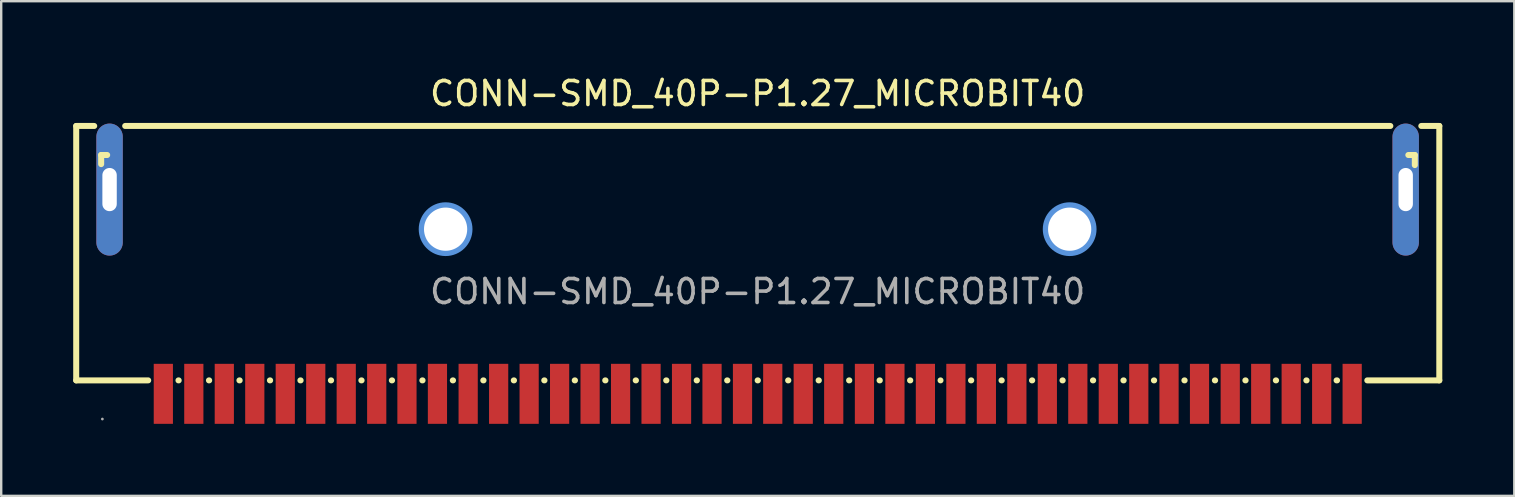
<source format=kicad_pcb>
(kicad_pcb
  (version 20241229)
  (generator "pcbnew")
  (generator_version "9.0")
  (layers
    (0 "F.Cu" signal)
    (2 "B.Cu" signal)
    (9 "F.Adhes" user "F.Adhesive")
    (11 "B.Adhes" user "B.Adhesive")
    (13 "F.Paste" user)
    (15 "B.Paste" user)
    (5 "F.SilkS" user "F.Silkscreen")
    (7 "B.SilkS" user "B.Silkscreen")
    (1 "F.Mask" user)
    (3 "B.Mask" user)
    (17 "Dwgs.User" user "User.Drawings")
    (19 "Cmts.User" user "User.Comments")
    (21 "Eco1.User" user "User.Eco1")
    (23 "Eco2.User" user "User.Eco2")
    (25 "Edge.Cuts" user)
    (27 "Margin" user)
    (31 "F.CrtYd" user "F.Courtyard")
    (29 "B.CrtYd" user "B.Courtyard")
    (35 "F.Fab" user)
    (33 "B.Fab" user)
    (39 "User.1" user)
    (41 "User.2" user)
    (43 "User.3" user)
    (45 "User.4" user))
  (footprint "CONN-SMD_40P-P1.27_MICROBIT40"
    (layer "F.Cu")
    (at 28.515 9.098)
    (property "Reference" "CONN-SMD_40P-P1.27_MICROBIT40" (at 0 -8.25 0) (layer "F.SilkS") (effects (font (size 1 1) (thickness 0.15))))
    (attr through_hole)
    (fp_line (start -28.39 -6.9) (end -27.64 -6.9) (stroke (width 0.25) (type solid)) (layer "F.SilkS"))
    (fp_line (start -28.39 3.7) (end -28.39 -6.9) (stroke (width 0.25) (type solid)) (layer "F.SilkS"))
    (fp_line (start -27.35 -5.69) (end -27.35 -5.31) (stroke (width 0.25) (type solid)) (layer "F.SilkS"))
    (fp_line (start -27.3 -5.69) (end -27.35 -5.69) (stroke (width 0.25) (type solid)) (layer "F.SilkS"))
    (fp_line (start -27.3 -5.69) (end -27.1 -5.69) (stroke (width 0.25) (type solid)) (layer "F.SilkS"))
    (fp_line (start -26.35 -6.9) (end 26.36 -6.9) (stroke (width 0.25) (type solid)) (layer "F.SilkS"))
    (fp_line (start -25.39 3.7) (end -28.39 3.7) (stroke (width 0.25) (type solid)) (layer "F.SilkS"))
    (fp_line (start -24.12 3.7) (end -24.13 3.7) (stroke (width 0.25) (type solid)) (layer "F.SilkS"))
    (fp_line (start -22.85 3.7) (end -22.86 3.7) (stroke (width 0.25) (type solid)) (layer "F.SilkS"))
    (fp_line (start -21.58 3.7) (end -21.59 3.7) (stroke (width 0.25) (type solid)) (layer "F.SilkS"))
    (fp_line (start -20.31 3.7) (end -20.32 3.7) (stroke (width 0.25) (type solid)) (layer "F.SilkS"))
    (fp_line (start -19.04 3.7) (end -19.05 3.7) (stroke (width 0.25) (type solid)) (layer "F.SilkS"))
    (fp_line (start -17.77 3.7) (end -17.78 3.7) (stroke (width 0.25) (type solid)) (layer "F.SilkS"))
    (fp_line (start -16.5 3.7) (end -16.51 3.7) (stroke (width 0.25) (type solid)) (layer "F.SilkS"))
    (fp_line (start -15.23 3.7) (end -15.24 3.7) (stroke (width 0.25) (type solid)) (layer "F.SilkS"))
    (fp_line (start -13.96 3.7) (end -13.97 3.7) (stroke (width 0.25) (type solid)) (layer "F.SilkS"))
    (fp_line (start -12.69 3.7) (end -12.7 3.7) (stroke (width 0.25) (type solid)) (layer "F.SilkS"))
    (fp_line (start -11.42 3.7) (end -11.43 3.7) (stroke (width 0.25) (type solid)) (layer "F.SilkS"))
    (fp_line (start -10.15 3.7) (end -10.16 3.7) (stroke (width 0.25) (type solid)) (layer "F.SilkS"))
    (fp_line (start -8.88 3.7) (end -8.89 3.7) (stroke (width 0.25) (type solid)) (layer "F.SilkS"))
    (fp_line (start -7.61 3.7) (end -7.62 3.7) (stroke (width 0.25) (type solid)) (layer "F.SilkS"))
    (fp_line (start -6.34 3.7) (end -6.35 3.7) (stroke (width 0.25) (type solid)) (layer "F.SilkS"))
    (fp_line (start -5.07 3.7) (end -5.08 3.7) (stroke (width 0.25) (type solid)) (layer "F.SilkS"))
    (fp_line (start -3.8 3.7) (end -3.81 3.7) (stroke (width 0.25) (type solid)) (layer "F.SilkS"))
    (fp_line (start -2.53 3.7) (end -2.54 3.7) (stroke (width 0.25) (type solid)) (layer "F.SilkS"))
    (fp_line (start -1.26 3.7) (end -1.27 3.7) (stroke (width 0.25) (type solid)) (layer "F.SilkS"))
    (fp_line (start 0.01 3.7) (end 0 3.7) (stroke (width 0.25) (type solid)) (layer "F.SilkS"))
    (fp_line (start 1.28 3.7) (end 1.27 3.7) (stroke (width 0.25) (type solid)) (layer "F.SilkS"))
    (fp_line (start 2.55 3.7) (end 2.54 3.7) (stroke (width 0.25) (type solid)) (layer "F.SilkS"))
    (fp_line (start 3.82 3.7) (end 3.81 3.7) (stroke (width 0.25) (type solid)) (layer "F.SilkS"))
    (fp_line (start 5.09 3.7) (end 5.08 3.7) (stroke (width 0.25) (type solid)) (layer "F.SilkS"))
    (fp_line (start 6.36 3.7) (end 6.35 3.7) (stroke (width 0.25) (type solid)) (layer "F.SilkS"))
    (fp_line (start 7.62 3.7) (end 7.62 3.7) (stroke (width 0.25) (type solid)) (layer "F.SilkS"))
    (fp_line (start 8.9 3.7) (end 8.89 3.7) (stroke (width 0.25) (type solid)) (layer "F.SilkS"))
    (fp_line (start 10.17 3.7) (end 10.16 3.7) (stroke (width 0.25) (type solid)) (layer "F.SilkS"))
    (fp_line (start 11.44 3.7) (end 11.43 3.7) (stroke (width 0.25) (type solid)) (layer "F.SilkS"))
    (fp_line (start 12.71 3.7) (end 12.7 3.7) (stroke (width 0.25) (type solid)) (layer "F.SilkS"))
    (fp_line (start 13.98 3.7) (end 13.97 3.7) (stroke (width 0.25) (type solid)) (layer "F.SilkS"))
    (fp_line (start 15.25 3.7) (end 15.24 3.7) (stroke (width 0.25) (type solid)) (layer "F.SilkS"))
    (fp_line (start 16.52 3.7) (end 16.51 3.7) (stroke (width 0.25) (type solid)) (layer "F.SilkS"))
    (fp_line (start 17.79 3.7) (end 17.78 3.7) (stroke (width 0.25) (type solid)) (layer "F.SilkS"))
    (fp_line (start 19.06 3.7) (end 19.05 3.7) (stroke (width 0.25) (type solid)) (layer "F.SilkS"))
    (fp_line (start 20.33 3.7) (end 20.32 3.7) (stroke (width 0.25) (type solid)) (layer "F.SilkS"))
    (fp_line (start 21.6 3.7) (end 21.59 3.7) (stroke (width 0.25) (type solid)) (layer "F.SilkS"))
    (fp_line (start 22.87 3.7) (end 22.86 3.7) (stroke (width 0.25) (type solid)) (layer "F.SilkS"))
    (fp_line (start 24.14 3.7) (end 24.12 3.7) (stroke (width 0.25) (type solid)) (layer "F.SilkS"))
    (fp_line (start 27.11 -5.69) (end 27.38 -5.69) (stroke (width 0.25) (type solid)) (layer "F.SilkS"))
    (fp_line (start 27.38 -5.69) (end 27.38 -5.27) (stroke (width 0.25) (type solid)) (layer "F.SilkS"))
    (fp_line (start 27.65 -6.9) (end 28.4 -6.9) (stroke (width 0.25) (type solid)) (layer "F.SilkS"))
    (fp_line (start 28.4 -6.9) (end 28.4 3.7) (stroke (width 0.25) (type solid)) (layer "F.SilkS"))
    (fp_line (start 28.4 3.7) (end 25.4 3.7) (stroke (width 0.25) (type solid)) (layer "F.SilkS"))
    (fp_circle (center -13 -2.6) (end -12.63 -2.6) (stroke (width 0.75) (type solid)) (fill no) (layer "Cmts.User"))
    (fp_circle (center 13 -2.6) (end 13.37 -2.6) (stroke (width 0.75) (type solid)) (fill no) (layer "Cmts.User"))
    (fp_circle (center -27.3 5.31) (end -27.27 5.31) (stroke (width 0.06) (type solid)) (fill no) (layer "F.Fab"))
    (fp_text user "${REFERENCE}" (at 0 0 0) (layer "F.Fab") (effects (font (size 1 1) (thickness 0.15))))
    (pad "" thru_hole circle (at -13 -2.6) (size 1.8 1.8) (drill 1.8) (layers "*.Cu" "*.Mask"))
    (pad "" thru_hole circle (at 13 -2.6) (size 1.8 1.8) (drill 1.8) (layers "*.Cu" "*.Mask"))
    (pad "1" smd rect (at -24.76 4.26 90) (size 2.5 0.8) (layers "F.Cu" "F.Mask" "F.Paste"))
    (pad "2" smd rect (at -23.49 4.26 90) (size 2.5 0.8) (layers "F.Cu" "F.Mask" "F.Paste"))
    (pad "3" smd rect (at -22.22 4.26 90) (size 2.5 0.8) (layers "F.Cu" "F.Mask" "F.Paste"))
    (pad "4" smd rect (at -20.95 4.26 90) (size 2.5 0.8) (layers "F.Cu" "F.Mask" "F.Paste"))
    (pad "5" smd rect (at -19.68 4.26 90) (size 2.5 0.8) (layers "F.Cu" "F.Mask" "F.Paste"))
    (pad "6" smd rect (at -18.41 4.26 90) (size 2.5 0.8) (layers "F.Cu" "F.Mask" "F.Paste"))
    (pad "7" smd rect (at -17.14 4.26 90) (size 2.5 0.8) (layers "F.Cu" "F.Mask" "F.Paste"))
    (pad "8" smd rect (at -15.87 4.26 90) (size 2.5 0.8) (layers "F.Cu" "F.Mask" "F.Paste"))
    (pad "9" smd rect (at -14.61 4.26 90) (size 2.5 0.8) (layers "F.Cu" "F.Mask" "F.Paste"))
    (pad "10" smd rect (at -13.34 4.26 90) (size 2.5 0.8) (layers "F.Cu" "F.Mask" "F.Paste"))
    (pad "11" smd rect (at -12.06 4.26 90) (size 2.5 0.8) (layers "F.Cu" "F.Mask" "F.Paste"))
    (pad "12" smd rect (at -10.79 4.26 90) (size 2.5 0.8) (layers "F.Cu" "F.Mask" "F.Paste"))
    (pad "13" smd rect (at -9.52 4.26 90) (size 2.5 0.8) (layers "F.Cu" "F.Mask" "F.Paste"))
    (pad "14" smd rect (at -8.25 4.26 90) (size 2.5 0.8) (layers "F.Cu" "F.Mask" "F.Paste"))
    (pad "15" smd rect (at -6.98 4.26 90) (size 2.5 0.8) (layers "F.Cu" "F.Mask" "F.Paste"))
    (pad "16" smd rect (at -5.71 4.26 90) (size 2.5 0.8) (layers "F.Cu" "F.Mask" "F.Paste"))
    (pad "17" smd rect (at -4.44 4.26 90) (size 2.5 0.8) (layers "F.Cu" "F.Mask" "F.Paste"))
    (pad "18" smd rect (at -3.17 4.26 90) (size 2.5 0.8) (layers "F.Cu" "F.Mask" "F.Paste"))
    (pad "19" smd rect (at -1.9 4.26 90) (size 2.5 0.8) (layers "F.Cu" "F.Mask" "F.Paste"))
    (pad "20" smd rect (at -0.63 4.26 90) (size 2.5 0.8) (layers "F.Cu" "F.Mask" "F.Paste"))
    (pad "21" smd rect (at 0.63 4.26 90) (size 2.5 0.8) (layers "F.Cu" "F.Mask" "F.Paste"))
    (pad "22" smd rect (at 1.9 4.26 90) (size 2.5 0.8) (layers "F.Cu" "F.Mask" "F.Paste"))
    (pad "23" smd rect (at 3.17 4.26 90) (size 2.5 0.8) (layers "F.Cu" "F.Mask" "F.Paste"))
    (pad "24" smd rect (at 4.45 4.26 90) (size 2.5 0.8) (layers "F.Cu" "F.Mask" "F.Paste"))
    (pad "25" smd rect (at 5.72 4.26 90) (size 2.5 0.8) (layers "F.Cu" "F.Mask" "F.Paste"))
    (pad "26" smd rect (at 6.99 4.26 90) (size 2.5 0.8) (layers "F.Cu" "F.Mask" "F.Paste"))
    (pad "27" smd rect (at 8.26 4.26 90) (size 2.5 0.8) (layers "F.Cu" "F.Mask" "F.Paste"))
    (pad "28" smd rect (at 9.53 4.26 90) (size 2.5 0.8) (layers "F.Cu" "F.Mask" "F.Paste"))
    (pad "29" smd rect (at 10.8 4.26 90) (size 2.5 0.8) (layers "F.Cu" "F.Mask" "F.Paste"))
    (pad "30" smd rect (at 12.07 4.26 90) (size 2.5 0.8) (layers "F.Cu" "F.Mask" "F.Paste"))
    (pad "31" smd rect (at 13.34 4.26 90) (size 2.5 0.8) (layers "F.Cu" "F.Mask" "F.Paste"))
    (pad "32" smd rect (at 14.61 4.26 90) (size 2.5 0.8) (layers "F.Cu" "F.Mask" "F.Paste"))
    (pad "33" smd rect (at 15.88 4.26 90) (size 2.5 0.8) (layers "F.Cu" "F.Mask" "F.Paste"))
    (pad "34" smd rect (at 17.14 4.26 90) (size 2.5 0.8) (layers "F.Cu" "F.Mask" "F.Paste"))
    (pad "35" smd rect (at 18.41 4.26 90) (size 2.5 0.8) (layers "F.Cu" "F.Mask" "F.Paste"))
    (pad "36" smd rect (at 19.69 4.26 90) (size 2.5 0.8) (layers "F.Cu" "F.Mask" "F.Paste"))
    (pad "37" smd rect (at 20.96 4.26 90) (size 2.5 0.8) (layers "F.Cu" "F.Mask" "F.Paste"))
    (pad "38" smd rect (at 22.23 4.26 90) (size 2.5 0.8) (layers "F.Cu" "F.Mask" "F.Paste"))
    (pad "39" smd rect (at 23.5 4.26 90) (size 2.5 0.8) (layers "F.Cu" "F.Mask" "F.Paste"))
    (pad "40" smd rect (at 24.77 4.26 90) (size 2.5 0.8) (layers "F.Cu" "F.Mask" "F.Paste"))
    (pad "41" thru_hole oval (at 27 -4.25) (size 1.1 5.5) (drill oval 0.6 1.8) (layers "*.Cu" "*.Mask"))
    (pad "42" thru_hole oval (at -27 -4.25) (size 1.1 5.5) (drill oval 0.6 1.8) (layers "*.Cu" "*.Mask")))
  (gr_rect
    (start -3 -3)
    (end 60.04 17.608)
    (stroke (width 0.1) (type default))
    (fill no)
    (layer "Edge.Cuts")))
</source>
